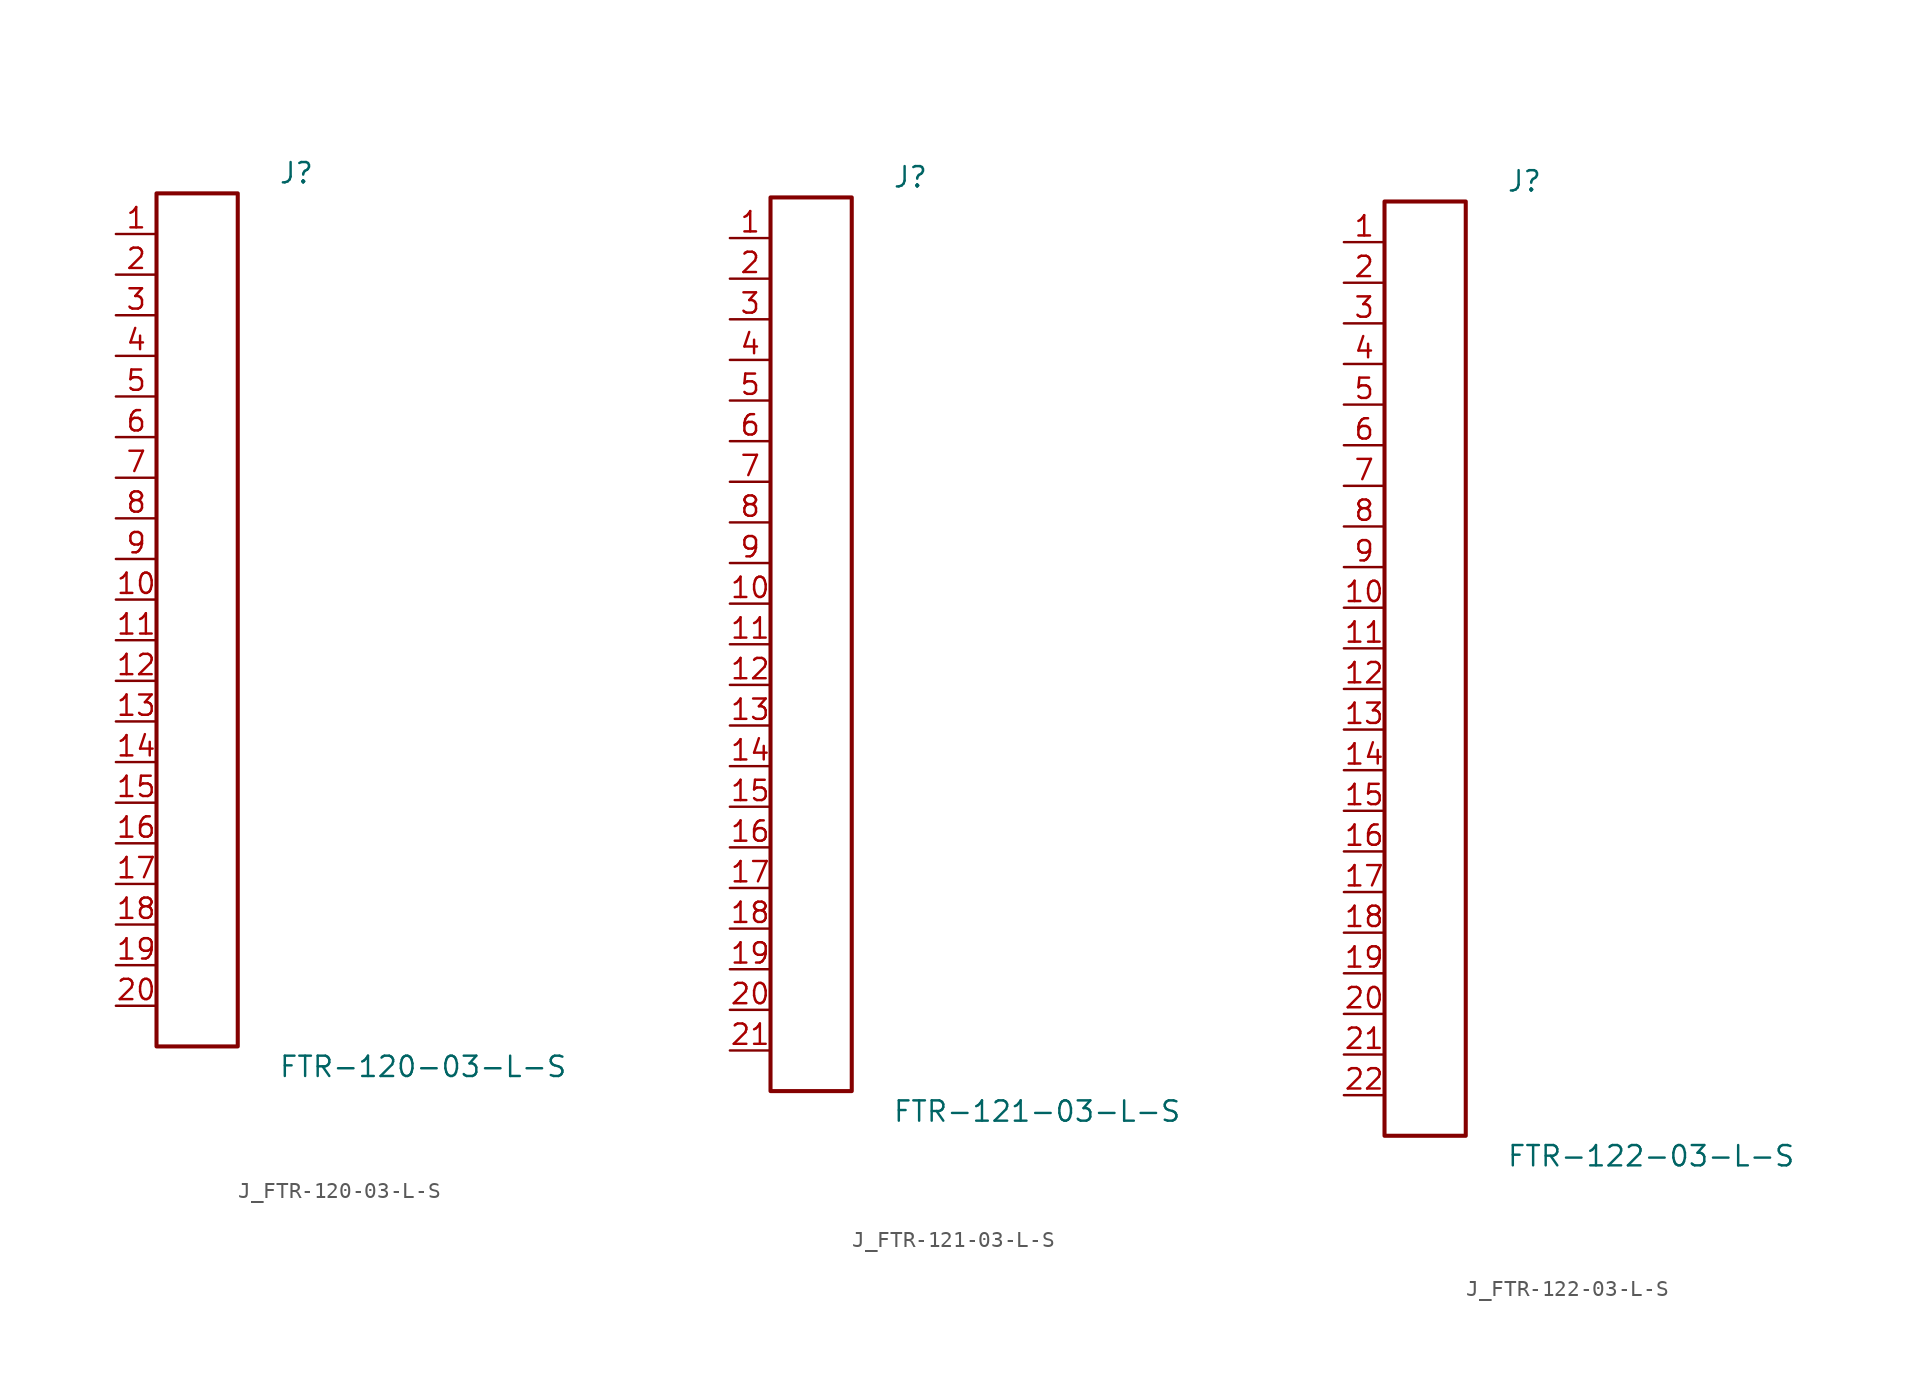
<source format=kicad_sym>
(kicad_symbol_lib
  (version 20231120)
  (generator kicad_symbol_editor)
  (generator_version 8.0)
  (symbol "J_FTR-120-03-L-S"
    (pin_names
      (offset 0.254))
    (property "Reference" "J"
      (at 5.08 27.94 0)
      (effects (font (size 1.27 1.27)) (justify left)))
    (property "Value" "FTR-120-03-L-S"
      (at 5.08 -27.94 0)
      (effects (font (size 1.27 1.27)) (justify left)))
    (symbol "J_FTR-120-03-L-S_0_0"
      (pin unspecified line (at -5.08 24.13 0) (length 2.54) (name "" (effects (font (size 1.27 1.27)))) (number "1" (effects (font (size 1.27 1.27)))))
      (pin unspecified line (at -5.08 21.59 0) (length 2.54) (name "" (effects (font (size 1.27 1.27)))) (number "2" (effects (font (size 1.27 1.27)))))
      (pin unspecified line (at -5.08 19.05 0) (length 2.54) (name "" (effects (font (size 1.27 1.27)))) (number "3" (effects (font (size 1.27 1.27)))))
      (pin unspecified line (at -5.08 16.51 0) (length 2.54) (name "" (effects (font (size 1.27 1.27)))) (number "4" (effects (font (size 1.27 1.27)))))
      (pin unspecified line (at -5.08 13.97 0) (length 2.54) (name "" (effects (font (size 1.27 1.27)))) (number "5" (effects (font (size 1.27 1.27)))))
      (pin unspecified line (at -5.08 11.43 0) (length 2.54) (name "" (effects (font (size 1.27 1.27)))) (number "6" (effects (font (size 1.27 1.27)))))
      (pin unspecified line (at -5.08 8.89 0) (length 2.54) (name "" (effects (font (size 1.27 1.27)))) (number "7" (effects (font (size 1.27 1.27)))))
      (pin unspecified line (at -5.08 6.35 0) (length 2.54) (name "" (effects (font (size 1.27 1.27)))) (number "8" (effects (font (size 1.27 1.27)))))
      (pin unspecified line (at -5.08 3.81 0) (length 2.54) (name "" (effects (font (size 1.27 1.27)))) (number "9" (effects (font (size 1.27 1.27)))))
      (pin unspecified line (at -5.08 1.27 0) (length 2.54) (name "" (effects (font (size 1.27 1.27)))) (number "10" (effects (font (size 1.27 1.27)))))
      (pin unspecified line (at -5.08 -1.27 0) (length 2.54) (name "" (effects (font (size 1.27 1.27)))) (number "11" (effects (font (size 1.27 1.27)))))
      (pin unspecified line (at -5.08 -3.81 0) (length 2.54) (name "" (effects (font (size 1.27 1.27)))) (number "12" (effects (font (size 1.27 1.27)))))
      (pin unspecified line (at -5.08 -6.35 0) (length 2.54) (name "" (effects (font (size 1.27 1.27)))) (number "13" (effects (font (size 1.27 1.27)))))
      (pin unspecified line (at -5.08 -8.89 0) (length 2.54) (name "" (effects (font (size 1.27 1.27)))) (number "14" (effects (font (size 1.27 1.27)))))
      (pin unspecified line (at -5.08 -11.43 0) (length 2.54) (name "" (effects (font (size 1.27 1.27)))) (number "15" (effects (font (size 1.27 1.27)))))
      (pin unspecified line (at -5.08 -13.97 0) (length 2.54) (name "" (effects (font (size 1.27 1.27)))) (number "16" (effects (font (size 1.27 1.27)))))
      (pin unspecified line (at -5.08 -16.51 0) (length 2.54) (name "" (effects (font (size 1.27 1.27)))) (number "17" (effects (font (size 1.27 1.27)))))
      (pin unspecified line (at -5.08 -19.05 0) (length 2.54) (name "" (effects (font (size 1.27 1.27)))) (number "18" (effects (font (size 1.27 1.27)))))
      (pin unspecified line (at -5.08 -21.59 0) (length 2.54) (name "" (effects (font (size 1.27 1.27)))) (number "19" (effects (font (size 1.27 1.27)))))
      (pin unspecified line (at -5.08 -24.13 0) (length 2.54) (name "" (effects (font (size 1.27 1.27)))) (number "20" (effects (font (size 1.27 1.27))))))
    (symbol "J_FTR-120-03-L-S_1_0"
      (rectangle (start -2.54 26.67) (end 2.54 -26.67) (stroke (width 0.254) (type solid)) (fill (type none)))))
  (symbol "J_FTR-121-03-L-S"
    (pin_names
      (offset 0.254))
    (property "Reference" "J"
      (at 5.08 29.21 0)
      (effects (font (size 1.27 1.27)) (justify left)))
    (property "Value" "FTR-121-03-L-S"
      (at 5.08 -29.21 0)
      (effects (font (size 1.27 1.27)) (justify left)))
    (symbol "J_FTR-121-03-L-S_0_0"
      (pin unspecified line (at -5.08 25.4 0) (length 2.54) (name "" (effects (font (size 1.27 1.27)))) (number "1" (effects (font (size 1.27 1.27)))))
      (pin unspecified line (at -5.08 22.86 0) (length 2.54) (name "" (effects (font (size 1.27 1.27)))) (number "2" (effects (font (size 1.27 1.27)))))
      (pin unspecified line (at -5.08 20.32 0) (length 2.54) (name "" (effects (font (size 1.27 1.27)))) (number "3" (effects (font (size 1.27 1.27)))))
      (pin unspecified line (at -5.08 17.78 0) (length 2.54) (name "" (effects (font (size 1.27 1.27)))) (number "4" (effects (font (size 1.27 1.27)))))
      (pin unspecified line (at -5.08 15.24 0) (length 2.54) (name "" (effects (font (size 1.27 1.27)))) (number "5" (effects (font (size 1.27 1.27)))))
      (pin unspecified line (at -5.08 12.7 0) (length 2.54) (name "" (effects (font (size 1.27 1.27)))) (number "6" (effects (font (size 1.27 1.27)))))
      (pin unspecified line (at -5.08 10.16 0) (length 2.54) (name "" (effects (font (size 1.27 1.27)))) (number "7" (effects (font (size 1.27 1.27)))))
      (pin unspecified line (at -5.08 7.62 0) (length 2.54) (name "" (effects (font (size 1.27 1.27)))) (number "8" (effects (font (size 1.27 1.27)))))
      (pin unspecified line (at -5.08 5.08 0) (length 2.54) (name "" (effects (font (size 1.27 1.27)))) (number "9" (effects (font (size 1.27 1.27)))))
      (pin unspecified line (at -5.08 2.54 0) (length 2.54) (name "" (effects (font (size 1.27 1.27)))) (number "10" (effects (font (size 1.27 1.27)))))
      (pin unspecified line (at -5.08 0.0 0) (length 2.54) (name "" (effects (font (size 1.27 1.27)))) (number "11" (effects (font (size 1.27 1.27)))))
      (pin unspecified line (at -5.08 -2.54 0) (length 2.54) (name "" (effects (font (size 1.27 1.27)))) (number "12" (effects (font (size 1.27 1.27)))))
      (pin unspecified line (at -5.08 -5.08 0) (length 2.54) (name "" (effects (font (size 1.27 1.27)))) (number "13" (effects (font (size 1.27 1.27)))))
      (pin unspecified line (at -5.08 -7.62 0) (length 2.54) (name "" (effects (font (size 1.27 1.27)))) (number "14" (effects (font (size 1.27 1.27)))))
      (pin unspecified line (at -5.08 -10.16 0) (length 2.54) (name "" (effects (font (size 1.27 1.27)))) (number "15" (effects (font (size 1.27 1.27)))))
      (pin unspecified line (at -5.08 -12.7 0) (length 2.54) (name "" (effects (font (size 1.27 1.27)))) (number "16" (effects (font (size 1.27 1.27)))))
      (pin unspecified line (at -5.08 -15.24 0) (length 2.54) (name "" (effects (font (size 1.27 1.27)))) (number "17" (effects (font (size 1.27 1.27)))))
      (pin unspecified line (at -5.08 -17.78 0) (length 2.54) (name "" (effects (font (size 1.27 1.27)))) (number "18" (effects (font (size 1.27 1.27)))))
      (pin unspecified line (at -5.08 -20.32 0) (length 2.54) (name "" (effects (font (size 1.27 1.27)))) (number "19" (effects (font (size 1.27 1.27)))))
      (pin unspecified line (at -5.08 -22.86 0) (length 2.54) (name "" (effects (font (size 1.27 1.27)))) (number "20" (effects (font (size 1.27 1.27)))))
      (pin unspecified line (at -5.08 -25.4 0) (length 2.54) (name "" (effects (font (size 1.27 1.27)))) (number "21" (effects (font (size 1.27 1.27))))))
    (symbol "J_FTR-121-03-L-S_1_0"
      (rectangle (start -2.54 27.94) (end 2.54 -27.94) (stroke (width 0.254) (type solid)) (fill (type none)))))
  (symbol "J_FTR-122-03-L-S"
    (pin_names
      (offset 0.254))
    (property "Reference" "J"
      (at 5.08 30.48 0)
      (effects (font (size 1.27 1.27)) (justify left)))
    (property "Value" "FTR-122-03-L-S"
      (at 5.08 -30.48 0)
      (effects (font (size 1.27 1.27)) (justify left)))
    (symbol "J_FTR-122-03-L-S_0_0"
      (pin unspecified line (at -5.08 26.67 0) (length 2.54) (name "" (effects (font (size 1.27 1.27)))) (number "1" (effects (font (size 1.27 1.27)))))
      (pin unspecified line (at -5.08 24.13 0) (length 2.54) (name "" (effects (font (size 1.27 1.27)))) (number "2" (effects (font (size 1.27 1.27)))))
      (pin unspecified line (at -5.08 21.59 0) (length 2.54) (name "" (effects (font (size 1.27 1.27)))) (number "3" (effects (font (size 1.27 1.27)))))
      (pin unspecified line (at -5.08 19.05 0) (length 2.54) (name "" (effects (font (size 1.27 1.27)))) (number "4" (effects (font (size 1.27 1.27)))))
      (pin unspecified line (at -5.08 16.51 0) (length 2.54) (name "" (effects (font (size 1.27 1.27)))) (number "5" (effects (font (size 1.27 1.27)))))
      (pin unspecified line (at -5.08 13.97 0) (length 2.54) (name "" (effects (font (size 1.27 1.27)))) (number "6" (effects (font (size 1.27 1.27)))))
      (pin unspecified line (at -5.08 11.43 0) (length 2.54) (name "" (effects (font (size 1.27 1.27)))) (number "7" (effects (font (size 1.27 1.27)))))
      (pin unspecified line (at -5.08 8.89 0) (length 2.54) (name "" (effects (font (size 1.27 1.27)))) (number "8" (effects (font (size 1.27 1.27)))))
      (pin unspecified line (at -5.08 6.35 0) (length 2.54) (name "" (effects (font (size 1.27 1.27)))) (number "9" (effects (font (size 1.27 1.27)))))
      (pin unspecified line (at -5.08 3.81 0) (length 2.54) (name "" (effects (font (size 1.27 1.27)))) (number "10" (effects (font (size 1.27 1.27)))))
      (pin unspecified line (at -5.08 1.27 0) (length 2.54) (name "" (effects (font (size 1.27 1.27)))) (number "11" (effects (font (size 1.27 1.27)))))
      (pin unspecified line (at -5.08 -1.27 0) (length 2.54) (name "" (effects (font (size 1.27 1.27)))) (number "12" (effects (font (size 1.27 1.27)))))
      (pin unspecified line (at -5.08 -3.81 0) (length 2.54) (name "" (effects (font (size 1.27 1.27)))) (number "13" (effects (font (size 1.27 1.27)))))
      (pin unspecified line (at -5.08 -6.35 0) (length 2.54) (name "" (effects (font (size 1.27 1.27)))) (number "14" (effects (font (size 1.27 1.27)))))
      (pin unspecified line (at -5.08 -8.89 0) (length 2.54) (name "" (effects (font (size 1.27 1.27)))) (number "15" (effects (font (size 1.27 1.27)))))
      (pin unspecified line (at -5.08 -11.43 0) (length 2.54) (name "" (effects (font (size 1.27 1.27)))) (number "16" (effects (font (size 1.27 1.27)))))
      (pin unspecified line (at -5.08 -13.97 0) (length 2.54) (name "" (effects (font (size 1.27 1.27)))) (number "17" (effects (font (size 1.27 1.27)))))
      (pin unspecified line (at -5.08 -16.51 0) (length 2.54) (name "" (effects (font (size 1.27 1.27)))) (number "18" (effects (font (size 1.27 1.27)))))
      (pin unspecified line (at -5.08 -19.05 0) (length 2.54) (name "" (effects (font (size 1.27 1.27)))) (number "19" (effects (font (size 1.27 1.27)))))
      (pin unspecified line (at -5.08 -21.59 0) (length 2.54) (name "" (effects (font (size 1.27 1.27)))) (number "20" (effects (font (size 1.27 1.27)))))
      (pin unspecified line (at -5.08 -24.13 0) (length 2.54) (name "" (effects (font (size 1.27 1.27)))) (number "21" (effects (font (size 1.27 1.27)))))
      (pin unspecified line (at -5.08 -26.67 0) (length 2.54) (name "" (effects (font (size 1.27 1.27)))) (number "22" (effects (font (size 1.27 1.27))))))
    (symbol "J_FTR-122-03-L-S_1_0"
      (rectangle (start -2.54 29.21) (end 2.54 -29.21) (stroke (width 0.254) (type solid)) (fill (type none))))))
</source>
